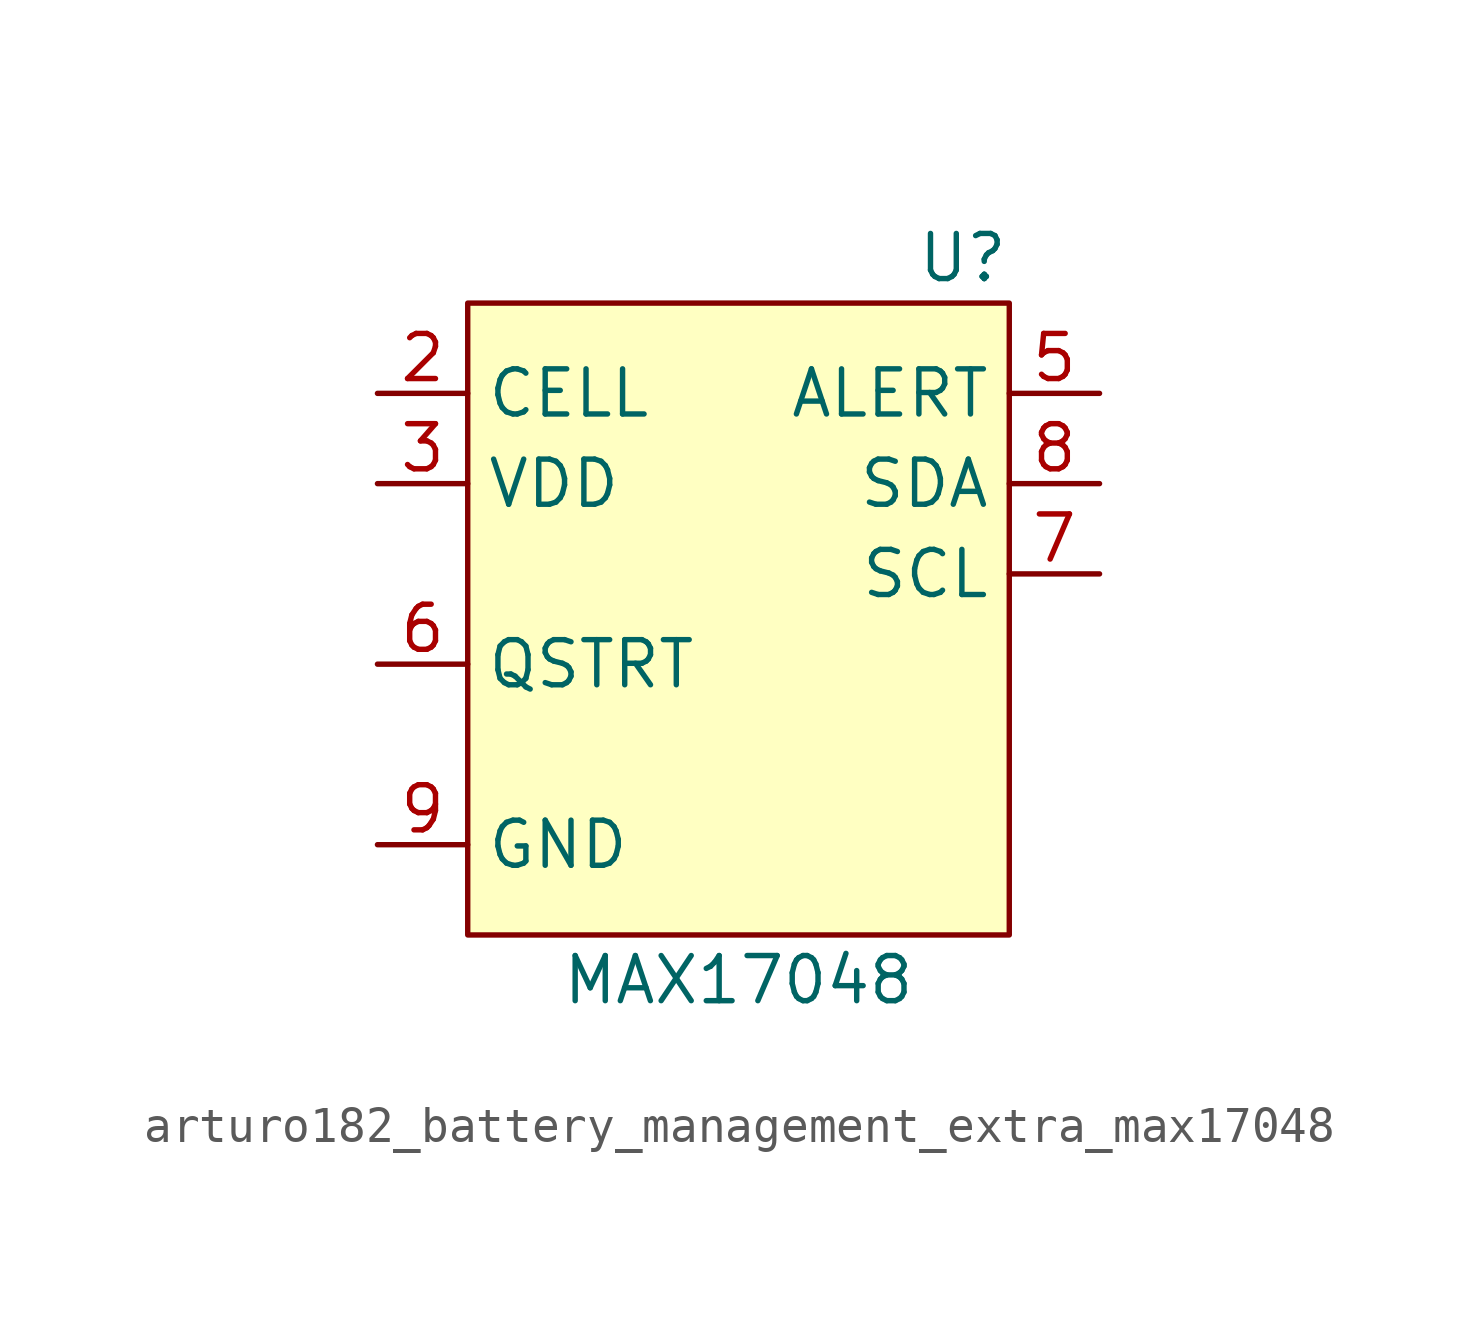
<source format=kicad_sym>
(kicad_symbol_lib
  (version 20220914)
  (generator kicad_symbol_editor)
  (symbol "arturo182_battery_management_extra_max17048"
    (property "Reference" "U"
      (at 7.62 11.43 0)
      (effects (font (size 1.27 1.27)) (justify right)))
    (property "Value" "MAX17048"
      (at 0 -8.89 0)
      (effects (font (size 1.27 1.27))))
    (symbol "arturo182_battery_management_extra_max17048_0_0"
      (pin passive line (at -10.16 -5.08 0) (length 2.54) hide (name "GND" (effects (font (size 1.27 1.27)))) (number "1" (effects (font (size 1.27 1.27)))))
      (pin power_in line (at -10.16 7.62 0) (length 2.54) (name "CELL" (effects (font (size 1.27 1.27)))) (number "2" (effects (font (size 1.27 1.27)))))
      (pin power_in line (at -10.16 5.08 0) (length 2.54) (name "VDD" (effects (font (size 1.27 1.27)))) (number "3" (effects (font (size 1.27 1.27)))))
      (pin passive line (at -10.16 -5.08 0) (length 2.54) hide (name "GND" (effects (font (size 1.27 1.27)))) (number "4" (effects (font (size 1.27 1.27)))))
      (pin output line (at 10.16 7.62 180) (length 2.54) (name "ALERT" (effects (font (size 1.27 1.27)))) (number "5" (effects (font (size 1.27 1.27)))))
      (pin input line (at -10.16 0 0) (length 2.54) (name "QSTRT" (effects (font (size 1.27 1.27)))) (number "6" (effects (font (size 1.27 1.27)))))
      (pin input line (at 10.16 2.54 180) (length 2.54) (name "SCL" (effects (font (size 1.27 1.27)))) (number "7" (effects (font (size 1.27 1.27)))))
      (pin bidirectional line (at 10.16 5.08 180) (length 2.54) (name "SDA" (effects (font (size 1.27 1.27)))) (number "8" (effects (font (size 1.27 1.27)))))
      (pin power_in line (at -10.16 -5.08 0) (length 2.54) (name "GND" (effects (font (size 1.27 1.27)))) (number "9" (effects (font (size 1.27 1.27))))))
    (symbol "arturo182_battery_management_extra_max17048_0_1"
      (rectangle (start -7.62 10.16) (end 7.62 -7.62) (stroke (width 0.152) (type default)) (fill (type background))))))
</source>
